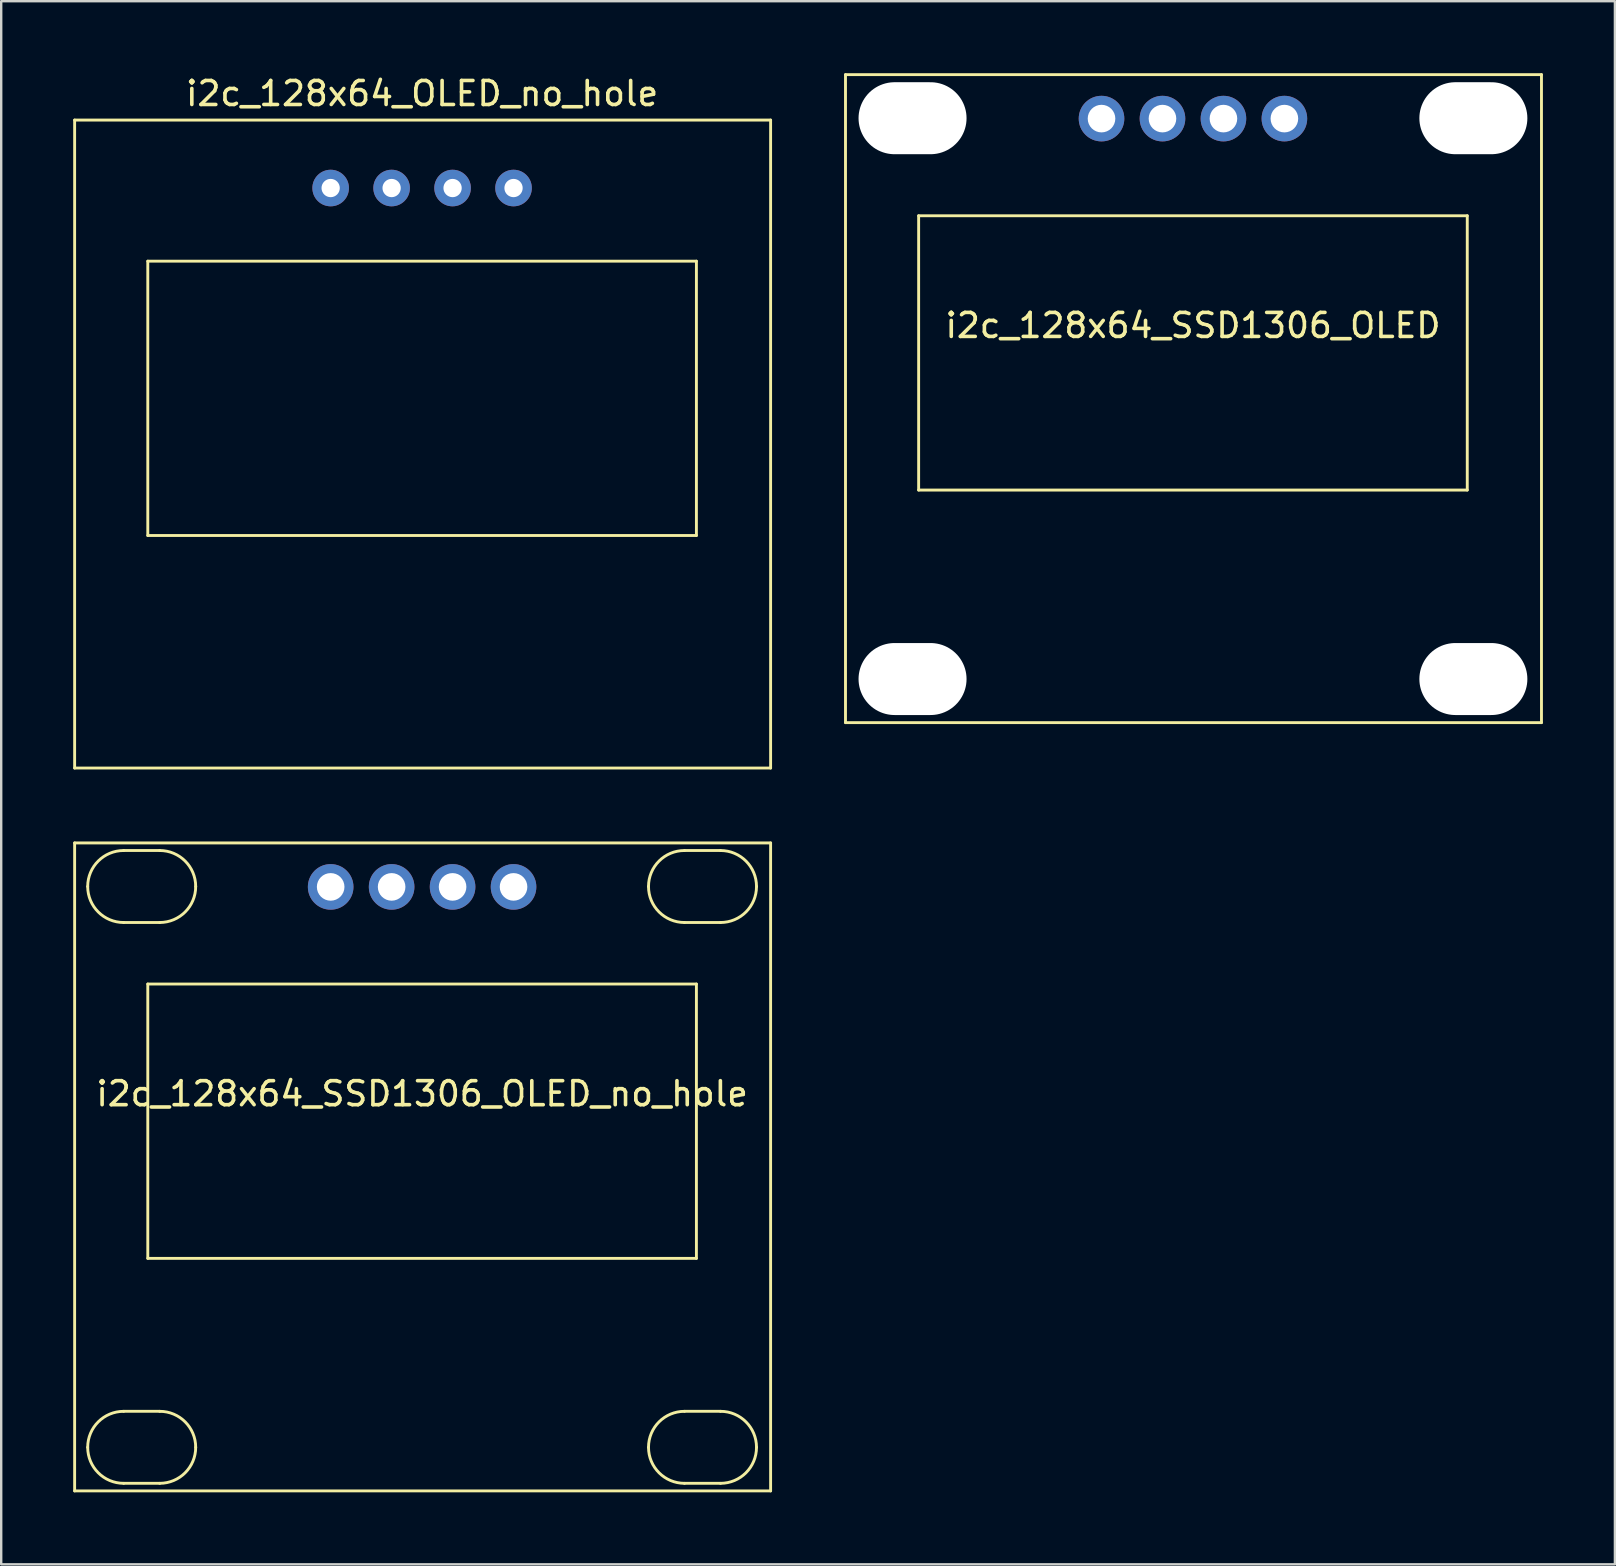
<source format=kicad_pcb>
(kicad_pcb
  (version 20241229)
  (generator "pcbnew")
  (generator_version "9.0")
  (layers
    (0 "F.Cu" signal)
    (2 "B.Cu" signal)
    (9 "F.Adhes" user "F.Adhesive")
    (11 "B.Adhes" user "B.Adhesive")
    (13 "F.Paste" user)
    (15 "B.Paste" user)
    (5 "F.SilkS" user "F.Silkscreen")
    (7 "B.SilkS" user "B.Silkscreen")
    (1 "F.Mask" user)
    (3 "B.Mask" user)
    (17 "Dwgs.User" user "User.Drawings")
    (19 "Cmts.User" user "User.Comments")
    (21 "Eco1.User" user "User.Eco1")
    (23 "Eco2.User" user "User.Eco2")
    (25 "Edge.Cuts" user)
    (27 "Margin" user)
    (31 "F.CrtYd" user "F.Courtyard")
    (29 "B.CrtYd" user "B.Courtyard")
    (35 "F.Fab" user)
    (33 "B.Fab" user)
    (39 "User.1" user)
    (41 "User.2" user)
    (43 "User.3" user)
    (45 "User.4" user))
  (footprint "i2c_128x64_OLED_no_hole"
    (layer "F.Cu")
    (at 14.538 15.453)
    (property "Reference" "i2c_128x64_OLED_no_hole" (at 0 -14.605 0) (layer "F.SilkS") (effects (font (size 1 1) (thickness 0.15))))
    (attr through_hole)
    (fp_line (start -14.478 -13.5) (end -14.478 13.5) (stroke (width 0.12) (type solid)) (layer "F.SilkS"))
    (fp_line (start -14.478 -13.5) (end 14.522 -13.5) (stroke (width 0.12) (type solid)) (layer "F.SilkS"))
    (fp_line (start -14.478 13.5) (end 14.522 13.5) (stroke (width 0.12) (type solid)) (layer "F.SilkS"))
    (fp_line (start -11.43 -7.62) (end 11.43 -7.62) (stroke (width 0.12) (type solid)) (layer "F.SilkS"))
    (fp_line (start -11.43 3.81) (end -11.43 -7.62) (stroke (width 0.12) (type solid)) (layer "F.SilkS"))
    (fp_line (start 11.43 -7.62) (end 11.43 3.81) (stroke (width 0.12) (type solid)) (layer "F.SilkS"))
    (fp_line (start 11.43 3.81) (end -11.43 3.81) (stroke (width 0.12) (type solid)) (layer "F.SilkS"))
    (fp_line (start 14.522 -13.5) (end 14.522 13.5) (stroke (width 0.12) (type solid)) (layer "F.SilkS"))
    (pad "1" thru_hole circle (at -3.81 -10.668) (size 1.524 1.524) (drill 0.762) (layers "*.Cu" "*.Mask"))
    (pad "2" thru_hole circle (at -1.27 -10.668) (size 1.524 1.524) (drill 0.762) (layers "*.Cu" "*.Mask"))
    (pad "3" thru_hole circle (at 1.27 -10.668) (size 1.524 1.524) (drill 0.762) (layers "*.Cu" "*.Mask"))
    (pad "4" thru_hole circle (at 3.81 -10.668) (size 1.524 1.524) (drill 0.762) (layers "*.Cu" "*.Mask")))
  (footprint "i2c_128x64_SSD1306_OLED_no_hole"
    (layer "F.Cu")
    (at 14.538 45.573)
    (property "Reference" "i2c_128x64_SSD1306_OLED_no_hole" (at 0 -3.048 0) (layer "F.SilkS") (effects (font (size 1 1) (thickness 0.15))))
    (attr through_hole)
    (fp_line (start -14.478 -13.5) (end -14.478 13.5) (stroke (width 0.12) (type solid)) (layer "F.SilkS"))
    (fp_line (start -14.478 -13.5) (end 14.522 -13.5) (stroke (width 0.12) (type solid)) (layer "F.SilkS"))
    (fp_line (start -14.478 13.5) (end 14.522 13.5) (stroke (width 0.12) (type solid)) (layer "F.SilkS"))
    (fp_line (start -12.434 -13.184) (end -10.934 -13.184) (stroke (width 0.12) (type solid)) (layer "F.SilkS"))
    (fp_line (start -12.434 -10.184) (end -10.934 -10.184) (stroke (width 0.12) (type solid)) (layer "F.SilkS"))
    (fp_line (start -12.434 10.184) (end -10.934 10.184) (stroke (width 0.12) (type solid)) (layer "F.SilkS"))
    (fp_line (start -12.434 13.184) (end -10.934 13.184) (stroke (width 0.12) (type solid)) (layer "F.SilkS"))
    (fp_line (start -11.43 -7.62) (end 11.43 -7.62) (stroke (width 0.12) (type solid)) (layer "F.SilkS"))
    (fp_line (start -11.43 3.81) (end -11.43 -7.62) (stroke (width 0.12) (type solid)) (layer "F.SilkS"))
    (fp_line (start 10.934 -13.184) (end 12.434 -13.184) (stroke (width 0.12) (type solid)) (layer "F.SilkS"))
    (fp_line (start 10.934 -10.184) (end 12.434 -10.184) (stroke (width 0.12) (type solid)) (layer "F.SilkS"))
    (fp_line (start 10.934 10.184) (end 12.434 10.184) (stroke (width 0.12) (type solid)) (layer "F.SilkS"))
    (fp_line (start 10.934 13.184) (end 12.434 13.184) (stroke (width 0.12) (type solid)) (layer "F.SilkS"))
    (fp_line (start 11.43 -7.62) (end 11.43 3.81) (stroke (width 0.12) (type solid)) (layer "F.SilkS"))
    (fp_line (start 11.43 3.81) (end -11.43 3.81) (stroke (width 0.12) (type solid)) (layer "F.SilkS"))
    (fp_line (start 14.522 -13.5) (end 14.522 13.5) (stroke (width 0.12) (type solid)) (layer "F.SilkS"))
    (fp_arc (start -13.934 -11.684) (mid -13.49466 -12.74466) (end -12.434 -13.184) (stroke (width 0.12) (type solid)) (layer "F.SilkS"))
    (fp_arc (start -13.934 11.684) (mid -13.49466 10.62334) (end -12.434 10.184) (stroke (width 0.12) (type solid)) (layer "F.SilkS"))
    (fp_arc (start -12.434 -10.184) (mid -13.49466 -10.62334) (end -13.934 -11.684) (stroke (width 0.12) (type solid)) (layer "F.SilkS"))
    (fp_arc (start -12.434 13.184) (mid -13.49466 12.74466) (end -13.934 11.684) (stroke (width 0.12) (type solid)) (layer "F.SilkS"))
    (fp_arc (start -10.934 -13.184) (mid -9.87334 -12.74466) (end -9.434 -11.684) (stroke (width 0.12) (type solid)) (layer "F.SilkS"))
    (fp_arc (start -10.934 10.184) (mid -9.87334 10.62334) (end -9.434 11.684) (stroke (width 0.12) (type solid)) (layer "F.SilkS"))
    (fp_arc (start -9.434 -11.684) (mid -9.87334 -10.62334) (end -10.934 -10.184) (stroke (width 0.12) (type solid)) (layer "F.SilkS"))
    (fp_arc (start -9.434 11.684) (mid -9.87334 12.74466) (end -10.934 13.184) (stroke (width 0.12) (type solid)) (layer "F.SilkS"))
    (fp_arc (start 9.434 -11.684) (mid 9.87334 -12.74466) (end 10.934 -13.184) (stroke (width 0.12) (type solid)) (layer "F.SilkS"))
    (fp_arc (start 9.434 11.684) (mid 9.87334 10.62334) (end 10.934 10.184) (stroke (width 0.12) (type solid)) (layer "F.SilkS"))
    (fp_arc (start 10.934 -10.184) (mid 9.87334 -10.62334) (end 9.434 -11.684) (stroke (width 0.12) (type solid)) (layer "F.SilkS"))
    (fp_arc (start 10.934 13.184) (mid 9.87334 12.74466) (end 9.434 11.684) (stroke (width 0.12) (type solid)) (layer "F.SilkS"))
    (fp_arc (start 12.434 -13.184) (mid 13.49466 -12.74466) (end 13.934 -11.684) (stroke (width 0.12) (type solid)) (layer "F.SilkS"))
    (fp_arc (start 12.434 10.184) (mid 13.49466 10.62334) (end 13.934 11.684) (stroke (width 0.12) (type solid)) (layer "F.SilkS"))
    (fp_arc (start 13.934 -11.684) (mid 13.49466 -10.62334) (end 12.434 -10.184) (stroke (width 0.12) (type solid)) (layer "F.SilkS"))
    (fp_arc (start 13.934 11.684) (mid 13.49466 12.74466) (end 12.434 13.184) (stroke (width 0.12) (type solid)) (layer "F.SilkS"))
    (pad "1" thru_hole circle (at -3.81 -11.668) (size 1.9 1.9) (drill 1.15) (layers "*.Cu" "B.Mask"))
    (pad "2" thru_hole circle (at -1.27 -11.668) (size 1.9 1.9) (drill 1.15) (layers "*.Cu" "B.Mask"))
    (pad "3" thru_hole circle (at 1.27 -11.668) (size 1.9 1.9) (drill 1.15) (layers "*.Cu" "B.Mask"))
    (pad "4" thru_hole circle (at 3.81 -11.668) (size 1.9 1.9) (drill 1.15) (layers "*.Cu" "B.Mask")))
  (footprint "i2c_128x64_SSD1306_OLED"
    (layer "F.Cu")
    (at 46.658 13.56)
    (property "Reference" "i2c_128x64_SSD1306_OLED" (at 0 -3.048 0) (layer "F.SilkS") (effects (font (size 1 1) (thickness 0.15))))
    (attr through_hole)
    (fp_line (start -14.478 -13.5) (end -14.478 13.5) (stroke (width 0.12) (type solid)) (layer "F.SilkS"))
    (fp_line (start -14.478 -13.5) (end 14.522 -13.5) (stroke (width 0.12) (type solid)) (layer "F.SilkS"))
    (fp_line (start -14.478 13.5) (end 14.522 13.5) (stroke (width 0.12) (type solid)) (layer "F.SilkS"))
    (fp_line (start -11.43 -7.62) (end 11.43 -7.62) (stroke (width 0.12) (type solid)) (layer "F.SilkS"))
    (fp_line (start -11.43 3.81) (end -11.43 -7.62) (stroke (width 0.12) (type solid)) (layer "F.SilkS"))
    (fp_line (start 11.43 -7.62) (end 11.43 3.81) (stroke (width 0.12) (type solid)) (layer "F.SilkS"))
    (fp_line (start 11.43 3.81) (end -11.43 3.81) (stroke (width 0.12) (type solid)) (layer "F.SilkS"))
    (fp_line (start 14.522 -13.5) (end 14.522 13.5) (stroke (width 0.12) (type solid)) (layer "F.SilkS"))
    (pad "" np_thru_hole oval (at -11.684 -11.684) (size 4.5 3) (drill oval 4.5 3) (layers "*.Cu" "*.Mask"))
    (pad "" np_thru_hole oval (at -11.684 11.684) (size 4.5 3) (drill oval 4.5 3) (layers "*.Cu" "*.Mask"))
    (pad "" np_thru_hole oval (at 11.684 -11.684) (size 4.5 3) (drill oval 4.5 3) (layers "*.Cu" "*.Mask"))
    (pad "" np_thru_hole oval (at 11.684 11.684) (size 4.5 3) (drill oval 4.5 3) (layers "*.Cu" "*.Mask"))
    (pad "1" thru_hole circle (at -3.81 -11.668) (size 1.9 1.9) (drill 1.15) (layers "*.Cu" "B.Mask"))
    (pad "2" thru_hole circle (at -1.27 -11.668) (size 1.9 1.9) (drill 1.15) (layers "*.Cu" "B.Mask"))
    (pad "3" thru_hole circle (at 1.27 -11.668) (size 1.9 1.9) (drill 1.15) (layers "*.Cu" "B.Mask"))
    (pad "4" thru_hole circle (at 3.81 -11.668) (size 1.9 1.9) (drill 1.15) (layers "*.Cu" "B.Mask")))
  (gr_rect
    (start -3 -3)
    (end 64.24 62.133)
    (stroke (width 0.1) (type default))
    (fill no)
    (layer "Edge.Cuts")))
</source>
